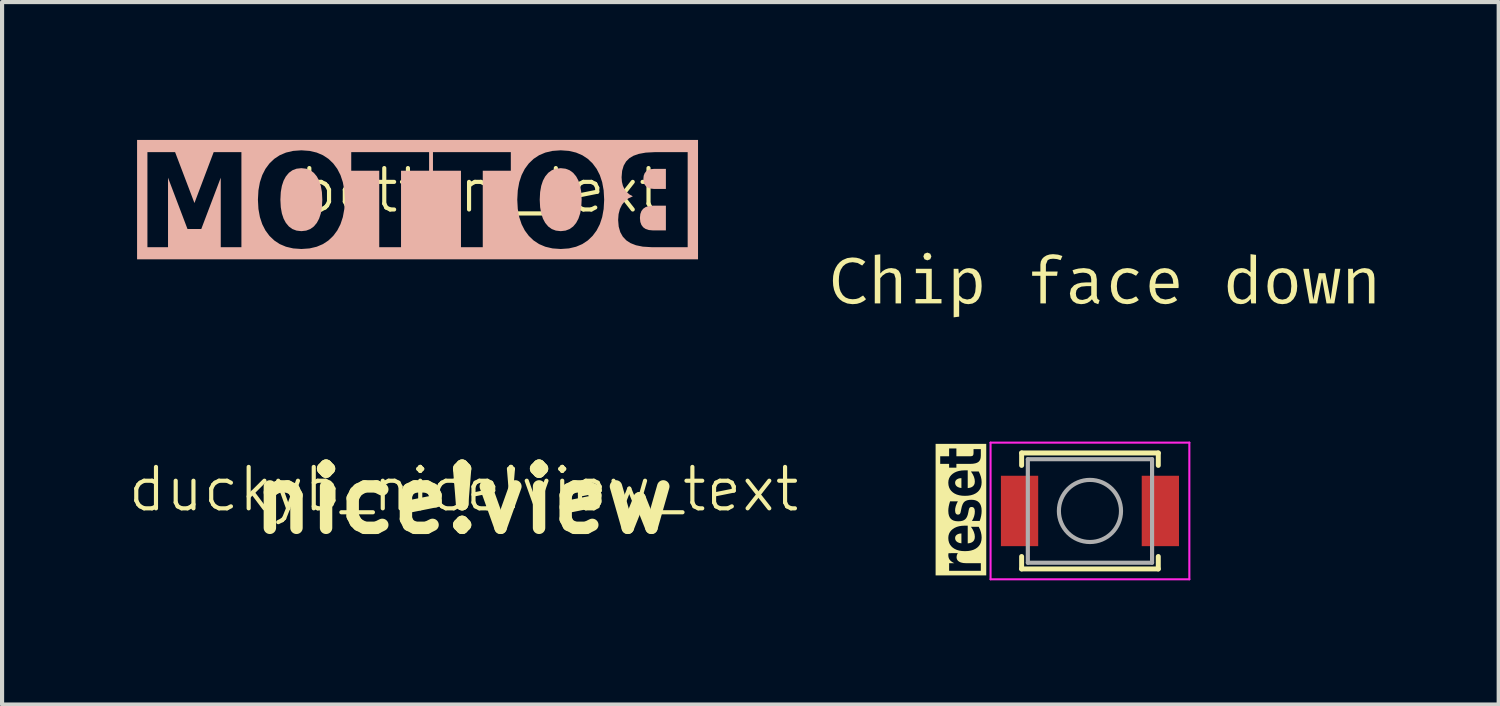
<source format=kicad_pcb>
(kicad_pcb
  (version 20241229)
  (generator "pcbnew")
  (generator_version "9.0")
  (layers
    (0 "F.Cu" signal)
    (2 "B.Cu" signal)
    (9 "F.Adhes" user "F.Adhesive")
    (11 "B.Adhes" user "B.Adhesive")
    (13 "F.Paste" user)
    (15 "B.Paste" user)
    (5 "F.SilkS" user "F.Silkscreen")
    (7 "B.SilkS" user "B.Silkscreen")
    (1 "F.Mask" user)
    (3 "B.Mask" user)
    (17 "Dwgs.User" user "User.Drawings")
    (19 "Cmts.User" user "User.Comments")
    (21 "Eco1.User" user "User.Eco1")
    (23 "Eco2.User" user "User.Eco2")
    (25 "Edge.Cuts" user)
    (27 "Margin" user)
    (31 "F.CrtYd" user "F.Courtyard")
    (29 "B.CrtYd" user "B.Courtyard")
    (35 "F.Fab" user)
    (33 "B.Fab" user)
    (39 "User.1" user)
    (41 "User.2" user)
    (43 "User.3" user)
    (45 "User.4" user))
  (footprint "duckyb_kibuzzard-636588C8"
    (layer "F.Cu")
    (at 23.6 3.831)
    (property "Reference" "duckyb_kibuzzard-636588C8" (at 0 -3.83 0) (layer "F.SilkS") (effects (font (size 0.001 0.001) (thickness 0.00025))))
    (attr board_only exclude_from_pos_files exclude_from_bom)
    (fp_poly (pts (xy -4.258 -0.782) (xy -4.187 -0.755) (xy -4.16 -0.689) (xy -4.187 -0.621) (xy -4.258 -0.594) (xy -4.327 -0.621) (xy -4.354 -0.689) (xy -4.327 -0.755) (xy -4.258 -0.782)) (stroke (width 0) (type solid)) (fill yes) (layer "F.SilkS"))
    (fp_poly (pts (xy -4.151 -0.391) (xy -4.151 0.34) (xy -3.916 0.34) (xy -3.916 0.445) (xy -4.543 0.445) (xy -4.543 0.34) (xy -4.285 0.34) (xy -4.285 -0.285) (xy -4.535 -0.285) (xy -4.535 -0.391) (xy -4.151 -0.391)) (stroke (width 0) (type solid)) (fill yes) (layer "F.SilkS"))
    (fp_poly (pts (xy 5.57 0.445) (xy 5.381 0.445) (xy 5.273 -0.168) (xy 5.155 0.445) (xy 4.971 0.445) (xy 4.819 -0.391) (xy 4.955 -0.391) (xy 5.062 0.363) (xy 5.195 -0.284) (xy 5.353 -0.284) (xy 5.479 0.363) (xy 5.586 -0.391) (xy 5.716 -0.391) (xy 5.57 0.445)) (stroke (width 0) (type solid)) (fill yes) (layer "F.SilkS"))
    (fp_poly (pts (xy -5.394 -0.74) (xy -5.394 -0.276) (xy -5.339 -0.334) (xy -5.272 -0.375) (xy -5.2 -0.4) (xy -5.127 -0.408) (xy -5.021 -0.392) (xy -4.948 -0.343) (xy -4.906 -0.265) (xy -4.892 -0.162) (xy -4.892 0.445) (xy -5.025 0.445) (xy -5.025 -0.159) (xy -5.06 -0.269) (xy -5.17 -0.303) (xy -5.26 -0.282) (xy -5.337 -0.229) (xy -5.394 -0.164) (xy -5.394 0.445) (xy -5.527 0.445) (xy -5.527 -0.725) (xy -5.394 -0.74)) (stroke (width 0) (type solid)) (fill yes) (layer "F.SilkS"))
    (fp_poly (pts (xy 5.903 0.445) (xy 5.903 -0.391) (xy 6.017 -0.391) (xy 6.027 -0.275) (xy 6.084 -0.331) (xy 6.154 -0.373) (xy 6.23 -0.399) (xy 6.303 -0.408) (xy 6.409 -0.392) (xy 6.482 -0.343) (xy 6.524 -0.265) (xy 6.538 -0.162) (xy 6.538 0.445) (xy 6.405 0.445) (xy 6.405 -0.064) (xy 6.402 -0.141) (xy 6.395 -0.202) (xy 6.356 -0.279) (xy 6.262 -0.303) (xy 6.169 -0.282) (xy 6.092 -0.228) (xy 6.036 -0.164) (xy 6.036 0.445) (xy 5.903 0.445)) (stroke (width 0) (type solid)) (fill yes) (layer "F.SilkS"))
    (fp_poly (pts (xy -1.223 -0.744) (xy -1.101 -0.732) (xy -0.997 -0.699) (xy -1.04 -0.599) (xy -1.126 -0.625) (xy -1.219 -0.634) (xy -1.296 -0.626) (xy -1.351 -0.6) (xy -1.395 -0.495) (xy -1.395 -0.325) (xy -1.111 -0.325) (xy -1.126 -0.221) (xy -1.395 -0.221) (xy -1.395 0.445) (xy -1.528 0.445) (xy -1.528 -0.221) (xy -1.727 -0.221) (xy -1.727 -0.325) (xy -1.528 -0.325) (xy -1.528 -0.492) (xy -1.518 -0.565) (xy -1.488 -0.626) (xy -1.441 -0.676) (xy -1.379 -0.713) (xy -1.305 -0.736) (xy -1.223 -0.744)) (stroke (width 0) (type solid)) (fill yes) (layer "F.SilkS"))
    (fp_poly (pts (xy 0.566 0.348) (xy 0.683 0.328) (xy 0.783 0.275) (xy 0.849 0.363) (xy 0.788 0.405) (xy 0.717 0.437) (xy 0.641 0.457) (xy 0.566 0.464) (xy 0.451 0.45) (xy 0.354 0.41) (xy 0.276 0.345) (xy 0.22 0.259) (xy 0.185 0.153) (xy 0.174 0.031) (xy 0.185 -0.088) (xy 0.22 -0.194) (xy 0.277 -0.283) (xy 0.354 -0.351) (xy 0.452 -0.394) (xy 0.568 -0.408) (xy 0.645 -0.402) (xy 0.718 -0.384) (xy 0.785 -0.354) (xy 0.847 -0.311) (xy 0.782 -0.222) (xy 0.675 -0.278) (xy 0.566 -0.297) (xy 0.468 -0.277) (xy 0.388 -0.216) (xy 0.349 -0.152) (xy 0.326 -0.07) (xy 0.318 0.031) (xy 0.326 0.132) (xy 0.35 0.212) (xy 0.389 0.273) (xy 0.439 0.316) (xy 0.498 0.34) (xy 0.566 0.348)) (stroke (width 0) (type solid)) (fill yes) (layer "F.SilkS"))
    (fp_poly (pts (xy -3.248 -0.408) (xy -3.148 -0.394) (xy -3.071 -0.354) (xy -3.014 -0.289) (xy -2.975 -0.202) (xy -2.953 -0.096) (xy -2.946 0.027) (xy -2.954 0.146) (xy -2.981 0.252) (xy -3.025 0.34) (xy -3.088 0.407) (xy -3.168 0.449) (xy -3.268 0.464) (xy -3.297 0.46) (xy -3.297 0.352) (xy -3.206 0.333) (xy -3.141 0.273) (xy -3.102 0.172) (xy -3.088 0.026) (xy -3.094 -0.074) (xy -3.109 -0.156) (xy -3.172 -0.265) (xy -3.28 -0.301) (xy -3.345 -0.29) (xy -3.402 -0.259) (xy -3.489 -0.167) (xy -3.489 0.248) (xy -3.406 0.324) (xy -3.297 0.352) (xy -3.297 0.46) (xy -3.353 0.453) (xy -3.427 0.421) (xy -3.489 0.367) (xy -3.489 0.765) (xy -3.622 0.782) (xy -3.622 -0.391) (xy -3.508 -0.391) (xy -3.497 -0.274) (xy -3.447 -0.331) (xy -3.387 -0.373) (xy -3.321 -0.399) (xy -3.248 -0.408)) (stroke (width 0) (type solid)) (fill yes) (layer "F.SilkS"))
    (fp_poly (pts (xy 3.546 -0.744) (xy 3.679 -0.727) (xy 3.679 0.445) (xy 3.562 0.445) (xy 3.55 0.335) (xy 3.499 0.393) (xy 3.442 0.433) (xy 3.379 0.456) (xy 3.34 0.46) (xy 3.34 0.356) (xy 3.406 0.345) (xy 3.462 0.315) (xy 3.546 0.224) (xy 3.546 -0.194) (xy 3.463 -0.273) (xy 3.357 -0.301) (xy 3.264 -0.28) (xy 3.196 -0.219) (xy 3.164 -0.155) (xy 3.146 -0.073) (xy 3.139 0.029) (xy 3.145 0.128) (xy 3.162 0.21) (xy 3.191 0.273) (xy 3.23 0.319) (xy 3.34 0.356) (xy 3.34 0.46) (xy 3.312 0.464) (xy 3.213 0.45) (xy 3.133 0.409) (xy 3.071 0.343) (xy 3.028 0.256) (xy 3.003 0.15) (xy 2.994 0.029) (xy 3.004 -0.09) (xy 3.033 -0.196) (xy 3.08 -0.284) (xy 3.145 -0.351) (xy 3.226 -0.394) (xy 3.322 -0.408) (xy 3.39 -0.402) (xy 3.449 -0.383) (xy 3.546 -0.31) (xy 3.546 -0.744)) (stroke (width 0) (type solid)) (fill yes) (layer "F.SilkS"))
    (fp_poly (pts (xy 4.316 -0.408) (xy 4.425 -0.395) (xy 4.514 -0.354) (xy 4.584 -0.29) (xy 4.634 -0.203) (xy 4.664 -0.097) (xy 4.674 0.027) (xy 4.664 0.147) (xy 4.633 0.253) (xy 4.582 0.341) (xy 4.512 0.408) (xy 4.423 0.45) (xy 4.315 0.464) (xy 4.315 0.354) (xy 4.409 0.334) (xy 4.477 0.274) (xy 4.518 0.172) (xy 4.532 0.027) (xy 4.518 -0.118) (xy 4.478 -0.219) (xy 4.41 -0.279) (xy 4.316 -0.299) (xy 4.222 -0.279) (xy 4.153 -0.219) (xy 4.123 -0.156) (xy 4.104 -0.074) (xy 4.098 0.029) (xy 4.112 0.172) (xy 4.153 0.274) (xy 4.22 0.334) (xy 4.315 0.354) (xy 4.315 0.464) (xy 4.207 0.45) (xy 4.117 0.41) (xy 4.047 0.345) (xy 3.996 0.258) (xy 3.965 0.151) (xy 3.955 0.029) (xy 3.966 -0.093) (xy 3.997 -0.199) (xy 4.048 -0.287) (xy 4.118 -0.353) (xy 4.208 -0.394) (xy 4.316 -0.408)) (stroke (width 0) (type solid)) (fill yes) (layer "F.SilkS"))
    (fp_poly (pts (xy 1.245 0.075) (xy 1.246 0.075) (xy 1.246 -0.029) (xy 1.682 -0.029) (xy 1.666 -0.146) (xy 1.623 -0.231) (xy 1.557 -0.281) (xy 1.472 -0.298) (xy 1.387 -0.282) (xy 1.317 -0.233) (xy 1.268 -0.149) (xy 1.246 -0.029) (xy 1.246 0.075) (xy 1.257 0.163) (xy 1.283 0.233) (xy 1.371 0.323) (xy 1.49 0.352) (xy 1.606 0.333) (xy 1.713 0.277) (xy 1.776 0.365) (xy 1.713 0.406) (xy 1.642 0.437) (xy 1.566 0.457) (xy 1.488 0.464) (xy 1.376 0.45) (xy 1.281 0.409) (xy 1.206 0.343) (xy 1.151 0.256) (xy 1.117 0.15) (xy 1.106 0.029) (xy 1.117 -0.091) (xy 1.151 -0.197) (xy 1.205 -0.285) (xy 1.278 -0.352) (xy 1.367 -0.394) (xy 1.471 -0.408) (xy 1.569 -0.396) (xy 1.653 -0.358) (xy 1.72 -0.298) (xy 1.77 -0.217) (xy 1.8 -0.117) (xy 1.811 0.002) (xy 1.81 0.042) (xy 1.807 0.075) (xy 1.245 0.075)) (stroke (width 0) (type solid)) (fill yes) (layer "F.SilkS"))
    (fp_poly (pts (xy -6.071 -0.665) (xy -5.972 -0.658) (xy -5.891 -0.638) (xy -5.821 -0.605) (xy -5.754 -0.559) (xy -5.831 -0.469) (xy -5.94 -0.531) (xy -6.06 -0.55) (xy -6.147 -0.539) (xy -6.226 -0.508) (xy -6.295 -0.451) (xy -6.349 -0.367) (xy -6.375 -0.294) (xy -6.39 -0.206) (xy -6.395 -0.102) (xy -6.39 -0.000265) (xy -6.376 0.087) (xy -6.351 0.16) (xy -6.299 0.244) (xy -6.232 0.302) (xy -6.152 0.334) (xy -6.063 0.345) (xy -5.98 0.338) (xy -5.912 0.318) (xy -5.809 0.254) (xy -5.738 0.344) (xy -5.796 0.39) (xy -5.868 0.428) (xy -5.957 0.455) (xy -6.065 0.464) (xy -6.191 0.447) (xy -6.305 0.398) (xy -6.372 0.348) (xy -6.429 0.285) (xy -6.475 0.208) (xy -6.51 0.117) (xy -6.531 0.014) (xy -6.538 -0.102) (xy -6.531 -0.218) (xy -6.51 -0.321) (xy -6.474 -0.411) (xy -6.427 -0.488) (xy -6.37 -0.551) (xy -6.304 -0.601) (xy -6.192 -0.649) (xy -6.071 -0.665)) (stroke (width 0) (type solid)) (fill yes) (layer "F.SilkS"))
    (fp_poly (pts (xy -0.166 0.263) (xy -0.149 0.336) (xy -0.098 0.37) (xy -0.13 0.464) (xy -0.225 0.429) (xy -0.283 0.346) (xy -0.334 0.397) (xy -0.396 0.434) (xy -0.467 0.456) (xy -0.511 0.46) (xy -0.511 0.362) (xy -0.393 0.331) (xy -0.3 0.244) (xy -0.3 0.029) (xy -0.421 0.029) (xy -0.538 0.04) (xy -0.616 0.076) (xy -0.658 0.132) (xy -0.672 0.204) (xy -0.662 0.272) (xy -0.632 0.322) (xy -0.582 0.352) (xy -0.511 0.362) (xy -0.511 0.46) (xy -0.545 0.464) (xy -0.657 0.446) (xy -0.743 0.393) (xy -0.797 0.311) (xy -0.815 0.206) (xy -0.79 0.091) (xy -0.714 0.007) (xy -0.637 -0.031) (xy -0.54 -0.054) (xy -0.423 -0.062) (xy -0.3 -0.062) (xy -0.3 -0.132) (xy -0.313 -0.209) (xy -0.353 -0.26) (xy -0.416 -0.288) (xy -0.499 -0.298) (xy -0.596 -0.288) (xy -0.717 -0.255) (xy -0.752 -0.356) (xy -0.677 -0.38) (xy -0.607 -0.396) (xy -0.479 -0.408) (xy -0.342 -0.39) (xy -0.244 -0.335) (xy -0.185 -0.25) (xy -0.166 -0.138) (xy -0.166 0.263)) (stroke (width 0) (type solid)) (fill yes) (layer "F.SilkS")))
  (footprint "reset"
    (layer "F.Cu")
    (at 23.269 9.288)
    (property "Reference" "reset" (at -3.05 0 270) (layer "F.SilkS" knockout) (effects (font (face "Corbel") (size 1 0.75) (thickness 0.188) (bold yes))))
    (attr smd)
    (fp_line (start -1.65 1.1) (end -1.65 1.4) (stroke (width 0.12) (type solid)) (layer "F.SilkS"))
    (fp_line (start -1.65 -1.1) (end -1.65 -1.4) (stroke (width 0.12) (type solid)) (layer "F.SilkS"))
    (fp_line (start -1.65 -1.4) (end 1.65 -1.4) (stroke (width 0.12) (type solid)) (layer "F.SilkS"))
    (fp_line (start -1.65 1.4) (end 1.65 1.4) (stroke (width 0.12) (type solid)) (layer "F.SilkS"))
    (fp_line (start 1.65 -1.4) (end 1.65 -1.1) (stroke (width 0.12) (type solid)) (layer "F.SilkS"))
    (fp_line (start 1.65 1.4) (end 1.65 1.1) (stroke (width 0.12) (type solid)) (layer "F.SilkS"))
    (fp_line (start -2.4 -1.65) (end -2.4 1.65) (stroke (width 0.05) (type solid)) (layer "F.CrtYd"))
    (fp_line (start -2.4 1.65) (end 2.4 1.65) (stroke (width 0.05) (type solid)) (layer "F.CrtYd"))
    (fp_line (start 2.4 -1.65) (end -2.4 -1.65) (stroke (width 0.05) (type solid)) (layer "F.CrtYd"))
    (fp_line (start 2.4 1.65) (end 2.4 -1.65) (stroke (width 0.05) (type solid)) (layer "F.CrtYd"))
    (fp_line (start -1.5 -1.25) (end 1.5 -1.25) (stroke (width 0.1) (type solid)) (layer "F.Fab"))
    (fp_line (start -1.5 1.25) (end -1.5 -1.25) (stroke (width 0.1) (type solid)) (layer "F.Fab"))
    (fp_line (start 1.5 -1.25) (end 1.5 1.25) (stroke (width 0.1) (type solid)) (layer "F.Fab"))
    (fp_line (start 1.5 1.25) (end -1.5 1.25) (stroke (width 0.1) (type solid)) (layer "F.Fab"))
    (fp_circle (center 0 0) (end 0.75 0) (stroke (width 0.1) (type solid)) (fill no) (layer "F.Fab"))
    (pad "1" smd rect (at -1.7 0.000001) (size 0.9 1.7) (layers "F.Cu" "F.Mask" "F.Paste"))
    (pad "2" smd rect (at 1.7 -0.000001) (size 0.9 1.7) (layers "F.Cu" "F.Mask" "F.Paste")))
  (footprint "duckyb_nice!view_text"
    (layer "F.Cu")
    (at 8.145 9.267)
    (property "Reference" "duckyb_nice!view_text" (at 0 -0.5 0) (unlocked yes) (layer "F.SilkS") (effects (font (size 1 1) (thickness 0.1))))
    (attr through_hole)
    (fp_text user "nice!view" (at 0 -0.25 0) (unlocked yes) (layer "F.SilkS") (effects (font (size 1.5 1.5) (thickness 0.3)))))
  (footprint "bottom_text"
    (layer "F.Cu")
    (at 8.562 2.051)
    (property "Reference" "bottom_text" (at 0 -0.5 0) (unlocked yes) (layer "F.SilkS") (effects (font (size 1 1) (thickness 0.1))))
    (attr smd)
    (fp_text user "BOTTOM" (at 5.25 1.25 0) (unlocked yes) (layer "B.SilkS" knockout) (effects (font (face "Corbel") (size 2.25 2) (thickness 0.3) (bold yes)) (justify left bottom mirror))))
  (gr_rect
    (start -3 -3)
    (end 33.139 13.963)
    (stroke (width 0.1) (type default))
    (fill no)
    (layer "Edge.Cuts")))
</source>
